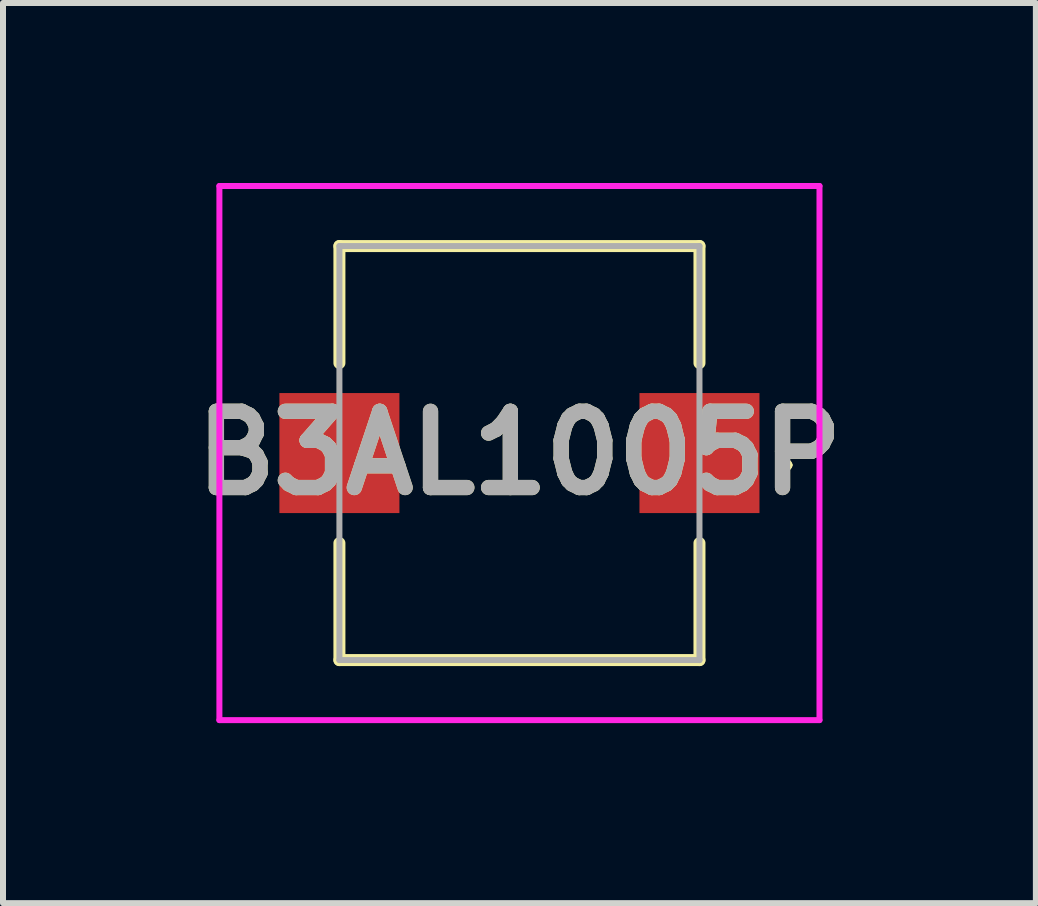
<source format=kicad_pcb>
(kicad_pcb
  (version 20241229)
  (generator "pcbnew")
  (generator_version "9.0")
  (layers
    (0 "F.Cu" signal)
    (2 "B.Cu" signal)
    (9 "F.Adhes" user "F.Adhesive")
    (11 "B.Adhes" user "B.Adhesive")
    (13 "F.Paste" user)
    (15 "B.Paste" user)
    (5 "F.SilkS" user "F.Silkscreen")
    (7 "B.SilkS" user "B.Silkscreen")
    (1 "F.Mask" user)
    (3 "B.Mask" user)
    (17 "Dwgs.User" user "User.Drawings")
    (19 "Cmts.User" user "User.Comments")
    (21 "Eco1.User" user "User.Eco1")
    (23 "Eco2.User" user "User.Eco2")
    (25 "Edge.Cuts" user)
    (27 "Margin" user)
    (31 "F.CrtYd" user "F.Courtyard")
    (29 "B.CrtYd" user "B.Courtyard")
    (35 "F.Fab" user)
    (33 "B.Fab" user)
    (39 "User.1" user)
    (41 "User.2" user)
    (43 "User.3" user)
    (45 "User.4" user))
  (footprint "B3AL1005P"
    (layer "F.Cu")
    (at 5.606 4.5)
    (property "Reference" "B3AL1005P" (at 0 0 0) (layer "F.SilkS") (effects (font (size 1.27 1.27) (thickness 0.254))))
    (attr smd)
    (fp_line (start -3 -3.45) (end 3 -3.45) (stroke (width 0.2) (type solid)) (layer "F.SilkS"))
    (fp_line (start -3 -1.5) (end -3 -3.45) (stroke (width 0.2) (type solid)) (layer "F.SilkS"))
    (fp_line (start -3 1.5) (end -3 3.45) (stroke (width 0.2) (type solid)) (layer "F.SilkS"))
    (fp_line (start -3 3.45) (end 3 3.45) (stroke (width 0.2) (type solid)) (layer "F.SilkS"))
    (fp_line (start 3 -3.45) (end 3 -1.5) (stroke (width 0.2) (type solid)) (layer "F.SilkS"))
    (fp_line (start 3 3.45) (end 3 1.5) (stroke (width 0.2) (type solid)) (layer "F.SilkS"))
    (fp_line (start 4.4 0.2) (end 4.4 0.2) (stroke (width 0.1) (type solid)) (layer "F.SilkS"))
    (fp_line (start 4.5 0.2) (end 4.5 0.2) (stroke (width 0.1) (type solid)) (layer "F.SilkS"))
    (fp_arc (start 4.4 0.2) (mid 4.45 0.15) (end 4.5 0.2) (stroke (width 0.1) (type solid)) (layer "F.SilkS"))
    (fp_arc (start 4.5 0.2) (mid 4.45 0.25) (end 4.4 0.2) (stroke (width 0.1) (type solid)) (layer "F.SilkS"))
    (fp_line (start -5 -4.45) (end 5 -4.45) (stroke (width 0.1) (type solid)) (layer "F.CrtYd"))
    (fp_line (start -5 4.45) (end -5 -4.45) (stroke (width 0.1) (type solid)) (layer "F.CrtYd"))
    (fp_line (start 5 -4.45) (end 5 4.45) (stroke (width 0.1) (type solid)) (layer "F.CrtYd"))
    (fp_line (start 5 4.45) (end -5 4.45) (stroke (width 0.1) (type solid)) (layer "F.CrtYd"))
    (fp_line (start -3 -3.45) (end 3 -3.45) (stroke (width 0.1) (type solid)) (layer "F.Fab"))
    (fp_line (start -3 3.45) (end -3 -3.45) (stroke (width 0.1) (type solid)) (layer "F.Fab"))
    (fp_line (start 3 -3.45) (end 3 3.45) (stroke (width 0.1) (type solid)) (layer "F.Fab"))
    (fp_line (start 3 3.45) (end -3 3.45) (stroke (width 0.1) (type solid)) (layer "F.Fab"))
    (fp_text user "${REFERENCE}" (at 0 0 0) (layer "F.Fab") (effects (font (size 1.27 1.27) (thickness 0.254))))
    (pad "1" smd rect (at 3 0 90) (size 2 2) (layers "F.Cu" "F.Mask" "F.Paste"))
    (pad "2" smd rect (at -3 0 90) (size 2 2) (layers "F.Cu" "F.Mask" "F.Paste")))
  (gr_rect
    (start -3 -3)
    (end 14.212 12)
    (stroke (width 0.1) (type default))
    (fill no)
    (layer "Edge.Cuts")))
</source>
